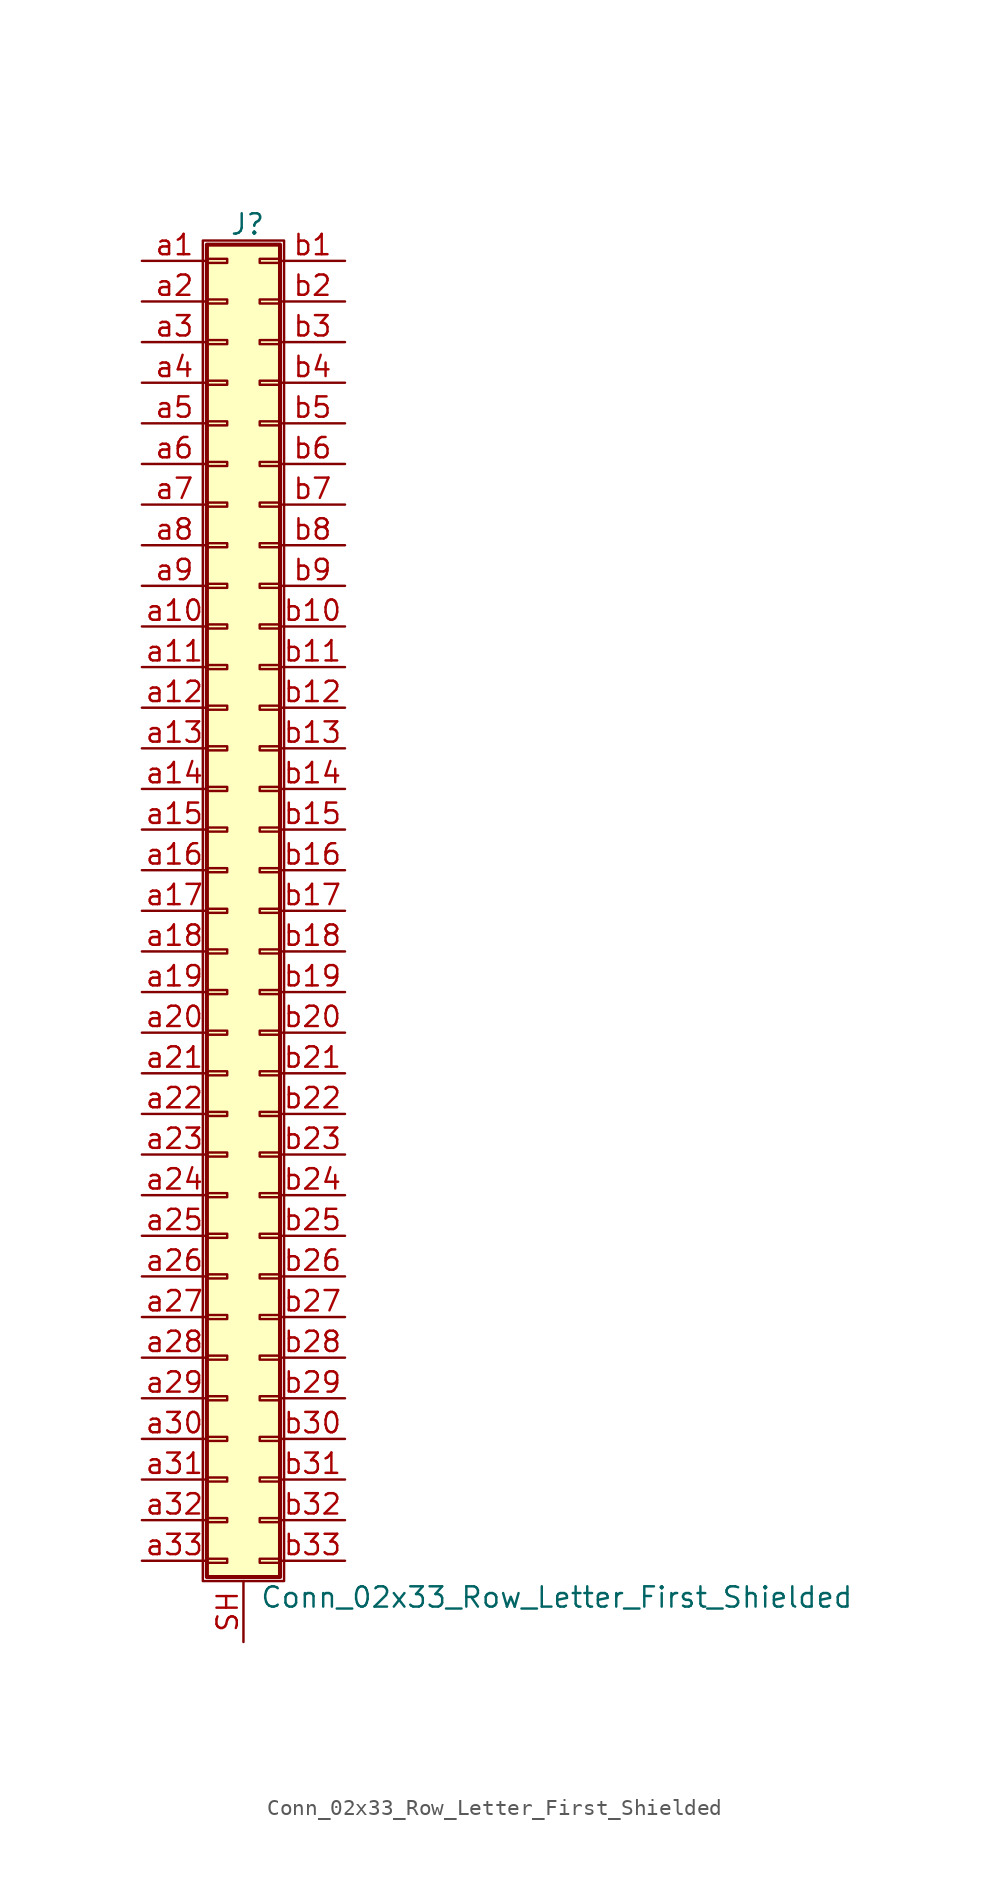
<source format=kicad_sym>
(kicad_symbol_lib
  (version 20201005)
  (generator kicad_symbol_editor)
  (symbol "Connector_Generic_Shielded:Conn_02x33_Row_Letter_First_Shielded"
    (pin_names
      (offset 1.016) hide)
    (property "Reference" "J"
      (at 1.524 42.926 0)
      (effects (font (size 1.27 1.27))))
    (property "Value" "Conn_02x33_Row_Letter_First_Shielded"
      (at 2.286 -42.926 0)
      (effects (font (size 1.27 1.27)) (justify left)))
    (symbol "Conn_02x33_Row_Letter_First_Shielded_1_1"
      (rectangle (start -1.016 -27.813) (end 0.254 -28.067) (stroke (width 0.152)) (fill (type none)))
      (rectangle (start -1.016 -30.353) (end 0.254 -30.607) (stroke (width 0.152)) (fill (type none)))
      (rectangle (start -1.016 -32.893) (end 0.254 -33.147) (stroke (width 0.152)) (fill (type none)))
      (rectangle (start -1.016 -35.433) (end 0.254 -35.687) (stroke (width 0.152)) (fill (type none)))
      (rectangle (start -1.016 -37.973) (end 0.254 -38.227) (stroke (width 0.152)) (fill (type none)))
      (rectangle (start -1.016 -40.513) (end 0.254 -40.767) (stroke (width 0.152)) (fill (type none)))
      (rectangle (start -1.016 -4.953) (end 0.254 -5.207) (stroke (width 0.152)) (fill (type none)))
      (rectangle (start -1.016 -7.493) (end 0.254 -7.747) (stroke (width 0.152)) (fill (type none)))
      (rectangle (start -1.016 -10.033) (end 0.254 -10.287) (stroke (width 0.152)) (fill (type none)))
      (rectangle (start -1.016 -12.573) (end 0.254 -12.827) (stroke (width 0.152)) (fill (type none)))
      (rectangle (start -1.016 -15.113) (end 0.254 -15.367) (stroke (width 0.152)) (fill (type none)))
      (rectangle (start -1.016 -17.653) (end 0.254 -17.907) (stroke (width 0.152)) (fill (type none)))
      (rectangle (start -1.016 -20.193) (end 0.254 -20.447) (stroke (width 0.152)) (fill (type none)))
      (rectangle (start -1.016 -22.733) (end 0.254 -22.987) (stroke (width 0.152)) (fill (type none)))
      (rectangle (start -1.016 -2.413) (end 0.254 -2.667) (stroke (width 0.152)) (fill (type none)))
      (rectangle (start -1.016 -25.273) (end 0.254 -25.527) (stroke (width 0.152)) (fill (type none)))
      (rectangle (start -1.016 25.527) (end 0.254 25.273) (stroke (width 0.152)) (fill (type none)))
      (rectangle (start -1.016 2.667) (end 0.254 2.413) (stroke (width 0.152)) (fill (type none)))
      (rectangle (start -1.016 28.067) (end 0.254 27.813) (stroke (width 0.152)) (fill (type none)))
      (rectangle (start -1.016 30.607) (end 0.254 30.353) (stroke (width 0.152)) (fill (type none)))
      (rectangle (start -1.016 33.147) (end 0.254 32.893) (stroke (width 0.152)) (fill (type none)))
      (rectangle (start -1.016 35.687) (end 0.254 35.433) (stroke (width 0.152)) (fill (type none)))
      (rectangle (start -1.016 38.227) (end 0.254 37.973) (stroke (width 0.152)) (fill (type none)))
      (rectangle (start -1.016 40.767) (end 0.254 40.513) (stroke (width 0.152)) (fill (type none)))
      (rectangle (start -1.016 41.656) (end 3.556 -41.656) (stroke (width 0.254)) (fill (type background)))
      (rectangle (start -1.016 5.207) (end 0.254 4.953) (stroke (width 0.152)) (fill (type none)))
      (rectangle (start -1.016 7.747) (end 0.254 7.493) (stroke (width 0.152)) (fill (type none)))
      (rectangle (start -1.016 10.287) (end 0.254 10.033) (stroke (width 0.152)) (fill (type none)))
      (rectangle (start -1.016 0.127) (end 0.254 -0.127) (stroke (width 0.152)) (fill (type none)))
      (rectangle (start -1.016 12.827) (end 0.254 12.573) (stroke (width 0.152)) (fill (type none)))
      (rectangle (start -1.016 15.367) (end 0.254 15.113) (stroke (width 0.152)) (fill (type none)))
      (rectangle (start -1.016 17.907) (end 0.254 17.653) (stroke (width 0.152)) (fill (type none)))
      (rectangle (start -1.016 20.447) (end 0.254 20.193) (stroke (width 0.152)) (fill (type none)))
      (rectangle (start -1.016 22.987) (end 0.254 22.733) (stroke (width 0.152)) (fill (type none)))
      (rectangle (start -1.27 41.91) (end 3.81 -41.91) (stroke (width 0.152)) (fill (type none)))
      (rectangle (start 3.556 -27.813) (end 2.286 -28.067) (stroke (width 0.152)) (fill (type none)))
      (rectangle (start 3.556 -30.353) (end 2.286 -30.607) (stroke (width 0.152)) (fill (type none)))
      (rectangle (start 3.556 -32.893) (end 2.286 -33.147) (stroke (width 0.152)) (fill (type none)))
      (rectangle (start 3.556 -35.433) (end 2.286 -35.687) (stroke (width 0.152)) (fill (type none)))
      (rectangle (start 3.556 -37.973) (end 2.286 -38.227) (stroke (width 0.152)) (fill (type none)))
      (rectangle (start 3.556 -40.513) (end 2.286 -40.767) (stroke (width 0.152)) (fill (type none)))
      (rectangle (start 3.556 -4.953) (end 2.286 -5.207) (stroke (width 0.152)) (fill (type none)))
      (rectangle (start 3.556 -7.493) (end 2.286 -7.747) (stroke (width 0.152)) (fill (type none)))
      (rectangle (start 3.556 -10.033) (end 2.286 -10.287) (stroke (width 0.152)) (fill (type none)))
      (rectangle (start 3.556 -12.573) (end 2.286 -12.827) (stroke (width 0.152)) (fill (type none)))
      (rectangle (start 3.556 -15.113) (end 2.286 -15.367) (stroke (width 0.152)) (fill (type none)))
      (rectangle (start 3.556 -17.653) (end 2.286 -17.907) (stroke (width 0.152)) (fill (type none)))
      (rectangle (start 3.556 -20.193) (end 2.286 -20.447) (stroke (width 0.152)) (fill (type none)))
      (rectangle (start 3.556 -22.733) (end 2.286 -22.987) (stroke (width 0.152)) (fill (type none)))
      (rectangle (start 3.556 -2.413) (end 2.286 -2.667) (stroke (width 0.152)) (fill (type none)))
      (rectangle (start 3.556 -25.273) (end 2.286 -25.527) (stroke (width 0.152)) (fill (type none)))
      (rectangle (start 3.556 25.527) (end 2.286 25.273) (stroke (width 0.152)) (fill (type none)))
      (rectangle (start 3.556 2.667) (end 2.286 2.413) (stroke (width 0.152)) (fill (type none)))
      (rectangle (start 3.556 28.067) (end 2.286 27.813) (stroke (width 0.152)) (fill (type none)))
      (rectangle (start 3.556 30.607) (end 2.286 30.353) (stroke (width 0.152)) (fill (type none)))
      (rectangle (start 3.556 33.147) (end 2.286 32.893) (stroke (width 0.152)) (fill (type none)))
      (rectangle (start 3.556 35.687) (end 2.286 35.433) (stroke (width 0.152)) (fill (type none)))
      (rectangle (start 3.556 38.227) (end 2.286 37.973) (stroke (width 0.152)) (fill (type none)))
      (rectangle (start 3.556 40.767) (end 2.286 40.513) (stroke (width 0.152)) (fill (type none)))
      (rectangle (start 3.556 5.207) (end 2.286 4.953) (stroke (width 0.152)) (fill (type none)))
      (rectangle (start 3.556 7.747) (end 2.286 7.493) (stroke (width 0.152)) (fill (type none)))
      (rectangle (start 3.556 10.287) (end 2.286 10.033) (stroke (width 0.152)) (fill (type none)))
      (rectangle (start 3.556 0.127) (end 2.286 -0.127) (stroke (width 0.152)) (fill (type none)))
      (rectangle (start 3.556 12.827) (end 2.286 12.573) (stroke (width 0.152)) (fill (type none)))
      (rectangle (start 3.556 15.367) (end 2.286 15.113) (stroke (width 0.152)) (fill (type none)))
      (rectangle (start 3.556 17.907) (end 2.286 17.653) (stroke (width 0.152)) (fill (type none)))
      (rectangle (start 3.556 20.447) (end 2.286 20.193) (stroke (width 0.152)) (fill (type none)))
      (rectangle (start 3.556 22.987) (end 2.286 22.733) (stroke (width 0.152)) (fill (type none)))
      (pin passive line (at -5.08 40.64 0) (length 4.064) (name "Pin_a1" (effects (font (size 1.27 1.27)))) (number "a1" (effects (font (size 1.27 1.27)))))
      (pin passive line (at -5.08 17.78 0) (length 4.064) (name "Pin_a10" (effects (font (size 1.27 1.27)))) (number "a10" (effects (font (size 1.27 1.27)))))
      (pin passive line (at -5.08 15.24 0) (length 4.064) (name "Pin_a11" (effects (font (size 1.27 1.27)))) (number "a11" (effects (font (size 1.27 1.27)))))
      (pin passive line (at -5.08 12.7 0) (length 4.064) (name "Pin_a12" (effects (font (size 1.27 1.27)))) (number "a12" (effects (font (size 1.27 1.27)))))
      (pin passive line (at -5.08 10.16 0) (length 4.064) (name "Pin_a13" (effects (font (size 1.27 1.27)))) (number "a13" (effects (font (size 1.27 1.27)))))
      (pin passive line (at -5.08 7.62 0) (length 4.064) (name "Pin_a14" (effects (font (size 1.27 1.27)))) (number "a14" (effects (font (size 1.27 1.27)))))
      (pin passive line (at -5.08 5.08 0) (length 4.064) (name "Pin_a15" (effects (font (size 1.27 1.27)))) (number "a15" (effects (font (size 1.27 1.27)))))
      (pin passive line (at -5.08 2.54 0) (length 4.064) (name "Pin_a16" (effects (font (size 1.27 1.27)))) (number "a16" (effects (font (size 1.27 1.27)))))
      (pin passive line (at -5.08 0 0) (length 4.064) (name "Pin_a17" (effects (font (size 1.27 1.27)))) (number "a17" (effects (font (size 1.27 1.27)))))
      (pin passive line (at -5.08 -2.54 0) (length 4.064) (name "Pin_a18" (effects (font (size 1.27 1.27)))) (number "a18" (effects (font (size 1.27 1.27)))))
      (pin passive line (at -5.08 -5.08 0) (length 4.064) (name "Pin_a19" (effects (font (size 1.27 1.27)))) (number "a19" (effects (font (size 1.27 1.27)))))
      (pin passive line (at -5.08 38.1 0) (length 4.064) (name "Pin_a2" (effects (font (size 1.27 1.27)))) (number "a2" (effects (font (size 1.27 1.27)))))
      (pin passive line (at -5.08 -7.62 0) (length 4.064) (name "Pin_a20" (effects (font (size 1.27 1.27)))) (number "a20" (effects (font (size 1.27 1.27)))))
      (pin passive line (at -5.08 -10.16 0) (length 4.064) (name "Pin_a21" (effects (font (size 1.27 1.27)))) (number "a21" (effects (font (size 1.27 1.27)))))
      (pin passive line (at -5.08 -12.7 0) (length 4.064) (name "Pin_a22" (effects (font (size 1.27 1.27)))) (number "a22" (effects (font (size 1.27 1.27)))))
      (pin passive line (at -5.08 -15.24 0) (length 4.064) (name "Pin_a23" (effects (font (size 1.27 1.27)))) (number "a23" (effects (font (size 1.27 1.27)))))
      (pin passive line (at -5.08 -17.78 0) (length 4.064) (name "Pin_a24" (effects (font (size 1.27 1.27)))) (number "a24" (effects (font (size 1.27 1.27)))))
      (pin passive line (at -5.08 -20.32 0) (length 4.064) (name "Pin_a25" (effects (font (size 1.27 1.27)))) (number "a25" (effects (font (size 1.27 1.27)))))
      (pin passive line (at -5.08 -22.86 0) (length 4.064) (name "Pin_a26" (effects (font (size 1.27 1.27)))) (number "a26" (effects (font (size 1.27 1.27)))))
      (pin passive line (at -5.08 -25.4 0) (length 4.064) (name "Pin_a27" (effects (font (size 1.27 1.27)))) (number "a27" (effects (font (size 1.27 1.27)))))
      (pin passive line (at -5.08 -27.94 0) (length 4.064) (name "Pin_a28" (effects (font (size 1.27 1.27)))) (number "a28" (effects (font (size 1.27 1.27)))))
      (pin passive line (at -5.08 -30.48 0) (length 4.064) (name "Pin_a29" (effects (font (size 1.27 1.27)))) (number "a29" (effects (font (size 1.27 1.27)))))
      (pin passive line (at -5.08 35.56 0) (length 4.064) (name "Pin_a3" (effects (font (size 1.27 1.27)))) (number "a3" (effects (font (size 1.27 1.27)))))
      (pin passive line (at -5.08 -33.02 0) (length 4.064) (name "Pin_a30" (effects (font (size 1.27 1.27)))) (number "a30" (effects (font (size 1.27 1.27)))))
      (pin passive line (at -5.08 -35.56 0) (length 4.064) (name "Pin_a31" (effects (font (size 1.27 1.27)))) (number "a31" (effects (font (size 1.27 1.27)))))
      (pin passive line (at -5.08 -38.1 0) (length 4.064) (name "Pin_a32" (effects (font (size 1.27 1.27)))) (number "a32" (effects (font (size 1.27 1.27)))))
      (pin passive line (at -5.08 -40.64 0) (length 4.064) (name "Pin_a33" (effects (font (size 1.27 1.27)))) (number "a33" (effects (font (size 1.27 1.27)))))
      (pin passive line (at -5.08 33.02 0) (length 4.064) (name "Pin_a4" (effects (font (size 1.27 1.27)))) (number "a4" (effects (font (size 1.27 1.27)))))
      (pin passive line (at -5.08 30.48 0) (length 4.064) (name "Pin_a5" (effects (font (size 1.27 1.27)))) (number "a5" (effects (font (size 1.27 1.27)))))
      (pin passive line (at -5.08 27.94 0) (length 4.064) (name "Pin_a6" (effects (font (size 1.27 1.27)))) (number "a6" (effects (font (size 1.27 1.27)))))
      (pin passive line (at -5.08 25.4 0) (length 4.064) (name "Pin_a7" (effects (font (size 1.27 1.27)))) (number "a7" (effects (font (size 1.27 1.27)))))
      (pin passive line (at -5.08 22.86 0) (length 4.064) (name "Pin_a8" (effects (font (size 1.27 1.27)))) (number "a8" (effects (font (size 1.27 1.27)))))
      (pin passive line (at -5.08 20.32 0) (length 4.064) (name "Pin_a9" (effects (font (size 1.27 1.27)))) (number "a9" (effects (font (size 1.27 1.27)))))
      (pin passive line (at 7.62 40.64 180) (length 4.064) (name "Pin_b1" (effects (font (size 1.27 1.27)))) (number "b1" (effects (font (size 1.27 1.27)))))
      (pin passive line (at 7.62 17.78 180) (length 4.064) (name "Pin_b10" (effects (font (size 1.27 1.27)))) (number "b10" (effects (font (size 1.27 1.27)))))
      (pin passive line (at 7.62 15.24 180) (length 4.064) (name "Pin_b11" (effects (font (size 1.27 1.27)))) (number "b11" (effects (font (size 1.27 1.27)))))
      (pin passive line (at 7.62 12.7 180) (length 4.064) (name "Pin_b12" (effects (font (size 1.27 1.27)))) (number "b12" (effects (font (size 1.27 1.27)))))
      (pin passive line (at 7.62 10.16 180) (length 4.064) (name "Pin_b13" (effects (font (size 1.27 1.27)))) (number "b13" (effects (font (size 1.27 1.27)))))
      (pin passive line (at 7.62 7.62 180) (length 4.064) (name "Pin_b14" (effects (font (size 1.27 1.27)))) (number "b14" (effects (font (size 1.27 1.27)))))
      (pin passive line (at 7.62 5.08 180) (length 4.064) (name "Pin_b15" (effects (font (size 1.27 1.27)))) (number "b15" (effects (font (size 1.27 1.27)))))
      (pin passive line (at 7.62 2.54 180) (length 4.064) (name "Pin_b16" (effects (font (size 1.27 1.27)))) (number "b16" (effects (font (size 1.27 1.27)))))
      (pin passive line (at 7.62 0 180) (length 4.064) (name "Pin_b17" (effects (font (size 1.27 1.27)))) (number "b17" (effects (font (size 1.27 1.27)))))
      (pin passive line (at 7.62 -2.54 180) (length 4.064) (name "Pin_b18" (effects (font (size 1.27 1.27)))) (number "b18" (effects (font (size 1.27 1.27)))))
      (pin passive line (at 7.62 -5.08 180) (length 4.064) (name "Pin_b19" (effects (font (size 1.27 1.27)))) (number "b19" (effects (font (size 1.27 1.27)))))
      (pin passive line (at 7.62 38.1 180) (length 4.064) (name "Pin_b2" (effects (font (size 1.27 1.27)))) (number "b2" (effects (font (size 1.27 1.27)))))
      (pin passive line (at 7.62 -7.62 180) (length 4.064) (name "Pin_b20" (effects (font (size 1.27 1.27)))) (number "b20" (effects (font (size 1.27 1.27)))))
      (pin passive line (at 7.62 -10.16 180) (length 4.064) (name "Pin_b21" (effects (font (size 1.27 1.27)))) (number "b21" (effects (font (size 1.27 1.27)))))
      (pin passive line (at 7.62 -12.7 180) (length 4.064) (name "Pin_b22" (effects (font (size 1.27 1.27)))) (number "b22" (effects (font (size 1.27 1.27)))))
      (pin passive line (at 7.62 -15.24 180) (length 4.064) (name "Pin_b23" (effects (font (size 1.27 1.27)))) (number "b23" (effects (font (size 1.27 1.27)))))
      (pin passive line (at 7.62 -17.78 180) (length 4.064) (name "Pin_b24" (effects (font (size 1.27 1.27)))) (number "b24" (effects (font (size 1.27 1.27)))))
      (pin passive line (at 7.62 -20.32 180) (length 4.064) (name "Pin_b25" (effects (font (size 1.27 1.27)))) (number "b25" (effects (font (size 1.27 1.27)))))
      (pin passive line (at 7.62 -22.86 180) (length 4.064) (name "Pin_b26" (effects (font (size 1.27 1.27)))) (number "b26" (effects (font (size 1.27 1.27)))))
      (pin passive line (at 7.62 -25.4 180) (length 4.064) (name "Pin_b27" (effects (font (size 1.27 1.27)))) (number "b27" (effects (font (size 1.27 1.27)))))
      (pin passive line (at 7.62 -27.94 180) (length 4.064) (name "Pin_b28" (effects (font (size 1.27 1.27)))) (number "b28" (effects (font (size 1.27 1.27)))))
      (pin passive line (at 7.62 -30.48 180) (length 4.064) (name "Pin_b29" (effects (font (size 1.27 1.27)))) (number "b29" (effects (font (size 1.27 1.27)))))
      (pin passive line (at 7.62 35.56 180) (length 4.064) (name "Pin_b3" (effects (font (size 1.27 1.27)))) (number "b3" (effects (font (size 1.27 1.27)))))
      (pin passive line (at 7.62 -33.02 180) (length 4.064) (name "Pin_b30" (effects (font (size 1.27 1.27)))) (number "b30" (effects (font (size 1.27 1.27)))))
      (pin passive line (at 7.62 -35.56 180) (length 4.064) (name "Pin_b31" (effects (font (size 1.27 1.27)))) (number "b31" (effects (font (size 1.27 1.27)))))
      (pin passive line (at 7.62 -38.1 180) (length 4.064) (name "Pin_b32" (effects (font (size 1.27 1.27)))) (number "b32" (effects (font (size 1.27 1.27)))))
      (pin passive line (at 7.62 -40.64 180) (length 4.064) (name "Pin_b33" (effects (font (size 1.27 1.27)))) (number "b33" (effects (font (size 1.27 1.27)))))
      (pin passive line (at 7.62 33.02 180) (length 4.064) (name "Pin_b4" (effects (font (size 1.27 1.27)))) (number "b4" (effects (font (size 1.27 1.27)))))
      (pin passive line (at 7.62 30.48 180) (length 4.064) (name "Pin_b5" (effects (font (size 1.27 1.27)))) (number "b5" (effects (font (size 1.27 1.27)))))
      (pin passive line (at 7.62 27.94 180) (length 4.064) (name "Pin_b6" (effects (font (size 1.27 1.27)))) (number "b6" (effects (font (size 1.27 1.27)))))
      (pin passive line (at 7.62 25.4 180) (length 4.064) (name "Pin_b7" (effects (font (size 1.27 1.27)))) (number "b7" (effects (font (size 1.27 1.27)))))
      (pin passive line (at 7.62 22.86 180) (length 4.064) (name "Pin_b8" (effects (font (size 1.27 1.27)))) (number "b8" (effects (font (size 1.27 1.27)))))
      (pin passive line (at 7.62 20.32 180) (length 4.064) (name "Pin_b9" (effects (font (size 1.27 1.27)))) (number "b9" (effects (font (size 1.27 1.27)))))
      (pin passive line (at 1.27 -45.72 90) (length 3.81) (name "Shield" (effects (font (size 1.27 1.27)))) (number "SH" (effects (font (size 1.27 1.27))))))))
</source>
